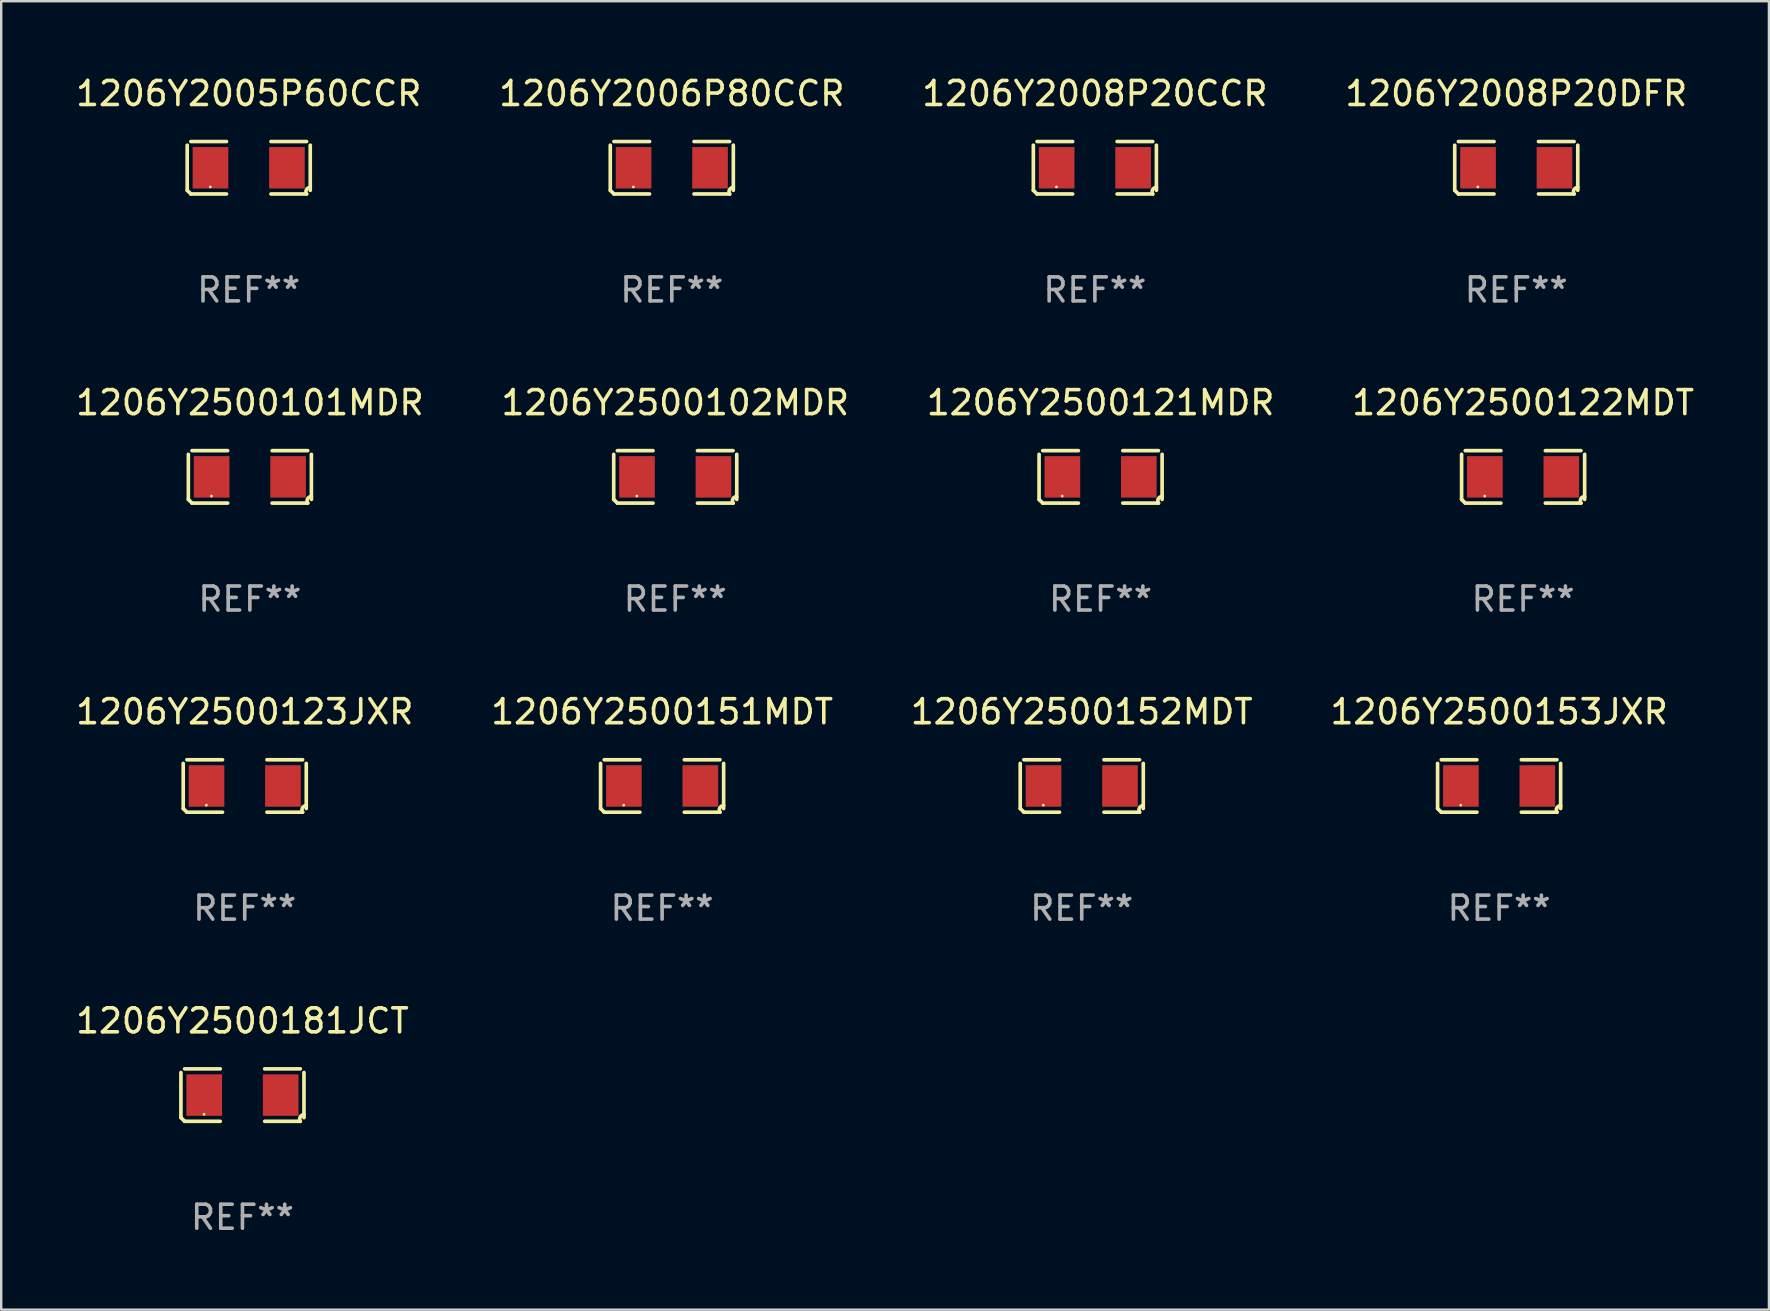
<source format=kicad_pcb>
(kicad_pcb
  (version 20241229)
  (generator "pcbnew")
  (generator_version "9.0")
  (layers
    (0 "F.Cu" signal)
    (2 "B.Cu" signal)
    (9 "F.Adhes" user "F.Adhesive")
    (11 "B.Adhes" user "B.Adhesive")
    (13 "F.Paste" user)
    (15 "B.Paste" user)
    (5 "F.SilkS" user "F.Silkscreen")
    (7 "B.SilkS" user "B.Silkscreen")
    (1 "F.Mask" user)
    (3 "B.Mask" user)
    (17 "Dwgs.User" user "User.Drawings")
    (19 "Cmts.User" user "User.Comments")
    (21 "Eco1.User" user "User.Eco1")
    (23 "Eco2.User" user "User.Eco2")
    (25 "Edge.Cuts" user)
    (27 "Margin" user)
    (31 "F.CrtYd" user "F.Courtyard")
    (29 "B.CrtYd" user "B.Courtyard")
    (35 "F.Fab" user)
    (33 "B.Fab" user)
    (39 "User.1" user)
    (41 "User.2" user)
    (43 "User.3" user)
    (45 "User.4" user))
  (footprint "1206Y2500151MDT"
    (layer "F.Cu")
    (at 24.542 29.704)
    (property "Reference" "1206Y2500151MDT" (at 0 -3.093 0) (layer "F.SilkS") (effects (font (size 1 1) (thickness 0.15))))
    (attr through_hole)
    (fp_line (start -2.564 0.94) (end -2.564 -0.94) (stroke (width 0.152) (type solid)) (layer "F.SilkS"))
    (fp_line (start -2.411 -1.093) (end -0.926 -1.093) (stroke (width 0.152) (type solid)) (layer "F.SilkS"))
    (fp_line (start -0.926 1.093) (end -2.411 1.093) (stroke (width 0.152) (type solid)) (layer "F.SilkS"))
    (fp_line (start 0.926 1.093) (end 2.411 1.093) (stroke (width 0.152) (type solid)) (layer "F.SilkS"))
    (fp_line (start 2.411 -1.093) (end 0.926 -1.093) (stroke (width 0.152) (type solid)) (layer "F.SilkS"))
    (fp_line (start 2.564 0.94) (end 2.564 -0.94) (stroke (width 0.152) (type solid)) (layer "F.SilkS"))
    (fp_arc (start -2.411201 1.092609) (mid -2.487413 1.01642) (end -2.563602 0.940208) (stroke (width 0.1524) (type solid)) (layer "F.SilkS"))
    (fp_arc (start 2.411201 1.092609) (mid 2.407159 0.911226) (end 2.563602 0.819347) (stroke (width 0.1524) (type solid)) (layer "F.SilkS"))
    (fp_circle (center -1.6 0.8) (end -1.57 0.8) (stroke (width 0.06) (type solid)) (fill no) (layer "F.SilkS"))
    (fp_text user "REF**" (at 0 5.093 0) (layer "F.Fab") (effects (font (size 1 1) (thickness 0.15))))
    (pad "1" smd rect (at -1.593 0) (size 1.485 1.728) (layers "F.Cu" "F.Mask" "F.Paste"))
    (pad "2" smd rect (at 1.593 0) (size 1.485 1.728) (layers "F.Cu" "F.Mask" "F.Paste")))
  (footprint "1206Y2500123JXR"
    (layer "F.Cu")
    (at 7.149 29.704)
    (property "Reference" "1206Y2500123JXR" (at 0 -3.093 0) (layer "F.SilkS") (effects (font (size 1 1) (thickness 0.15))))
    (attr through_hole)
    (fp_line (start -2.564 0.94) (end -2.564 -0.94) (stroke (width 0.152) (type solid)) (layer "F.SilkS"))
    (fp_line (start -2.411 -1.093) (end -0.926 -1.093) (stroke (width 0.152) (type solid)) (layer "F.SilkS"))
    (fp_line (start -0.926 1.093) (end -2.411 1.093) (stroke (width 0.152) (type solid)) (layer "F.SilkS"))
    (fp_line (start 0.926 1.093) (end 2.411 1.093) (stroke (width 0.152) (type solid)) (layer "F.SilkS"))
    (fp_line (start 2.411 -1.093) (end 0.926 -1.093) (stroke (width 0.152) (type solid)) (layer "F.SilkS"))
    (fp_line (start 2.564 0.94) (end 2.564 -0.94) (stroke (width 0.152) (type solid)) (layer "F.SilkS"))
    (fp_arc (start -2.411201 1.092609) (mid -2.487413 1.01642) (end -2.563602 0.940208) (stroke (width 0.1524) (type solid)) (layer "F.SilkS"))
    (fp_arc (start 2.411201 1.092609) (mid 2.407159 0.911226) (end 2.563602 0.819347) (stroke (width 0.1524) (type solid)) (layer "F.SilkS"))
    (fp_circle (center -1.6 0.8) (end -1.57 0.8) (stroke (width 0.06) (type solid)) (fill no) (layer "F.SilkS"))
    (fp_text user "REF**" (at 0 5.093 0) (layer "F.Fab") (effects (font (size 1 1) (thickness 0.15))))
    (pad "1" smd rect (at -1.593 0) (size 1.485 1.728) (layers "F.Cu" "F.Mask" "F.Paste"))
    (pad "2" smd rect (at 1.593 0) (size 1.485 1.728) (layers "F.Cu" "F.Mask" "F.Paste")))
  (footprint "1206Y2500101MDR"
    (layer "F.Cu")
    (at 7.363 16.823)
    (property "Reference" "1206Y2500101MDR" (at 0 -3.093 0) (layer "F.SilkS") (effects (font (size 1 1) (thickness 0.15))))
    (attr through_hole)
    (fp_line (start -2.564 0.94) (end -2.564 -0.94) (stroke (width 0.152) (type solid)) (layer "F.SilkS"))
    (fp_line (start -2.411 -1.093) (end -0.926 -1.093) (stroke (width 0.152) (type solid)) (layer "F.SilkS"))
    (fp_line (start -0.926 1.093) (end -2.411 1.093) (stroke (width 0.152) (type solid)) (layer "F.SilkS"))
    (fp_line (start 0.926 1.093) (end 2.411 1.093) (stroke (width 0.152) (type solid)) (layer "F.SilkS"))
    (fp_line (start 2.411 -1.093) (end 0.926 -1.093) (stroke (width 0.152) (type solid)) (layer "F.SilkS"))
    (fp_line (start 2.564 0.94) (end 2.564 -0.94) (stroke (width 0.152) (type solid)) (layer "F.SilkS"))
    (fp_arc (start -2.411201 1.092609) (mid -2.487413 1.01642) (end -2.563602 0.940208) (stroke (width 0.1524) (type solid)) (layer "F.SilkS"))
    (fp_arc (start 2.411201 1.092609) (mid 2.407159 0.911226) (end 2.563602 0.819347) (stroke (width 0.1524) (type solid)) (layer "F.SilkS"))
    (fp_circle (center -1.6 0.8) (end -1.57 0.8) (stroke (width 0.06) (type solid)) (fill no) (layer "F.SilkS"))
    (fp_text user "REF**" (at 0 5.093 0) (layer "F.Fab") (effects (font (size 1 1) (thickness 0.15))))
    (pad "1" smd rect (at -1.593 0) (size 1.485 1.728) (layers "F.Cu" "F.Mask" "F.Paste"))
    (pad "2" smd rect (at 1.593 0) (size 1.485 1.728) (layers "F.Cu" "F.Mask" "F.Paste")))
  (footprint "1206Y2006P80CCR"
    (layer "F.Cu")
    (at 24.946 3.941)
    (property "Reference" "1206Y2006P80CCR" (at 0 -3.093 0) (layer "F.SilkS") (effects (font (size 1 1) (thickness 0.15))))
    (attr through_hole)
    (fp_line (start -2.564 0.94) (end -2.564 -0.94) (stroke (width 0.152) (type solid)) (layer "F.SilkS"))
    (fp_line (start -2.411 -1.093) (end -0.926 -1.093) (stroke (width 0.152) (type solid)) (layer "F.SilkS"))
    (fp_line (start -0.926 1.093) (end -2.411 1.093) (stroke (width 0.152) (type solid)) (layer "F.SilkS"))
    (fp_line (start 0.926 1.093) (end 2.411 1.093) (stroke (width 0.152) (type solid)) (layer "F.SilkS"))
    (fp_line (start 2.411 -1.093) (end 0.926 -1.093) (stroke (width 0.152) (type solid)) (layer "F.SilkS"))
    (fp_line (start 2.564 0.94) (end 2.564 -0.94) (stroke (width 0.152) (type solid)) (layer "F.SilkS"))
    (fp_arc (start -2.411201 1.092609) (mid -2.487413 1.01642) (end -2.563602 0.940208) (stroke (width 0.1524) (type solid)) (layer "F.SilkS"))
    (fp_arc (start 2.411201 1.092609) (mid 2.407159 0.911226) (end 2.563602 0.819347) (stroke (width 0.1524) (type solid)) (layer "F.SilkS"))
    (fp_circle (center -1.6 0.8) (end -1.57 0.8) (stroke (width 0.06) (type solid)) (fill no) (layer "F.SilkS"))
    (fp_text user "REF**" (at 0 5.093 0) (layer "F.Fab") (effects (font (size 1 1) (thickness 0.15))))
    (pad "1" smd rect (at -1.593 0) (size 1.485 1.728) (layers "F.Cu" "F.Mask" "F.Paste"))
    (pad "2" smd rect (at 1.593 0) (size 1.485 1.728) (layers "F.Cu" "F.Mask" "F.Paste")))
  (footprint "1206Y2005P60CCR"
    (layer "F.Cu")
    (at 7.315 3.941)
    (property "Reference" "1206Y2005P60CCR" (at 0 -3.093 0) (layer "F.SilkS") (effects (font (size 1 1) (thickness 0.15))))
    (attr through_hole)
    (fp_line (start -2.564 0.94) (end -2.564 -0.94) (stroke (width 0.152) (type solid)) (layer "F.SilkS"))
    (fp_line (start -2.411 -1.093) (end -0.926 -1.093) (stroke (width 0.152) (type solid)) (layer "F.SilkS"))
    (fp_line (start -0.926 1.093) (end -2.411 1.093) (stroke (width 0.152) (type solid)) (layer "F.SilkS"))
    (fp_line (start 0.926 1.093) (end 2.411 1.093) (stroke (width 0.152) (type solid)) (layer "F.SilkS"))
    (fp_line (start 2.411 -1.093) (end 0.926 -1.093) (stroke (width 0.152) (type solid)) (layer "F.SilkS"))
    (fp_line (start 2.564 0.94) (end 2.564 -0.94) (stroke (width 0.152) (type solid)) (layer "F.SilkS"))
    (fp_arc (start -2.411201 1.092609) (mid -2.487413 1.01642) (end -2.563602 0.940208) (stroke (width 0.1524) (type solid)) (layer "F.SilkS"))
    (fp_arc (start 2.411201 1.092609) (mid 2.407159 0.911226) (end 2.563602 0.819347) (stroke (width 0.1524) (type solid)) (layer "F.SilkS"))
    (fp_circle (center -1.6 0.8) (end -1.57 0.8) (stroke (width 0.06) (type solid)) (fill no) (layer "F.SilkS"))
    (fp_text user "REF**" (at 0 5.093 0) (layer "F.Fab") (effects (font (size 1 1) (thickness 0.15))))
    (pad "1" smd rect (at -1.593 0) (size 1.485 1.728) (layers "F.Cu" "F.Mask" "F.Paste"))
    (pad "2" smd rect (at 1.593 0) (size 1.485 1.728) (layers "F.Cu" "F.Mask" "F.Paste")))
  (footprint "1206Y2008P20DFR"
    (layer "F.Cu")
    (at 60.137 3.941)
    (property "Reference" "1206Y2008P20DFR" (at 0 -3.093 0) (layer "F.SilkS") (effects (font (size 1 1) (thickness 0.15))))
    (attr through_hole)
    (fp_line (start -2.564 0.94) (end -2.564 -0.94) (stroke (width 0.152) (type solid)) (layer "F.SilkS"))
    (fp_line (start -2.411 -1.093) (end -0.926 -1.093) (stroke (width 0.152) (type solid)) (layer "F.SilkS"))
    (fp_line (start -0.926 1.093) (end -2.411 1.093) (stroke (width 0.152) (type solid)) (layer "F.SilkS"))
    (fp_line (start 0.926 1.093) (end 2.411 1.093) (stroke (width 0.152) (type solid)) (layer "F.SilkS"))
    (fp_line (start 2.411 -1.093) (end 0.926 -1.093) (stroke (width 0.152) (type solid)) (layer "F.SilkS"))
    (fp_line (start 2.564 0.94) (end 2.564 -0.94) (stroke (width 0.152) (type solid)) (layer "F.SilkS"))
    (fp_arc (start -2.411201 1.092609) (mid -2.487413 1.01642) (end -2.563602 0.940208) (stroke (width 0.1524) (type solid)) (layer "F.SilkS"))
    (fp_arc (start 2.411201 1.092609) (mid 2.407159 0.911226) (end 2.563602 0.819347) (stroke (width 0.1524) (type solid)) (layer "F.SilkS"))
    (fp_circle (center -1.6 0.8) (end -1.57 0.8) (stroke (width 0.06) (type solid)) (fill no) (layer "F.SilkS"))
    (fp_text user "REF**" (at 0 5.093 0) (layer "F.Fab") (effects (font (size 1 1) (thickness 0.15))))
    (pad "1" smd rect (at -1.593 0) (size 1.485 1.728) (layers "F.Cu" "F.Mask" "F.Paste"))
    (pad "2" smd rect (at 1.593 0) (size 1.485 1.728) (layers "F.Cu" "F.Mask" "F.Paste")))
  (footprint "1206Y2500122MDT"
    (layer "F.Cu")
    (at 60.423 16.823)
    (property "Reference" "1206Y2500122MDT" (at 0 -3.093 0) (layer "F.SilkS") (effects (font (size 1 1) (thickness 0.15))))
    (attr through_hole)
    (fp_line (start -2.564 0.94) (end -2.564 -0.94) (stroke (width 0.152) (type solid)) (layer "F.SilkS"))
    (fp_line (start -2.411 -1.093) (end -0.926 -1.093) (stroke (width 0.152) (type solid)) (layer "F.SilkS"))
    (fp_line (start -0.926 1.093) (end -2.411 1.093) (stroke (width 0.152) (type solid)) (layer "F.SilkS"))
    (fp_line (start 0.926 1.093) (end 2.411 1.093) (stroke (width 0.152) (type solid)) (layer "F.SilkS"))
    (fp_line (start 2.411 -1.093) (end 0.926 -1.093) (stroke (width 0.152) (type solid)) (layer "F.SilkS"))
    (fp_line (start 2.564 0.94) (end 2.564 -0.94) (stroke (width 0.152) (type solid)) (layer "F.SilkS"))
    (fp_arc (start -2.411201 1.092609) (mid -2.487413 1.01642) (end -2.563602 0.940208) (stroke (width 0.1524) (type solid)) (layer "F.SilkS"))
    (fp_arc (start 2.411201 1.092609) (mid 2.407159 0.911226) (end 2.563602 0.819347) (stroke (width 0.1524) (type solid)) (layer "F.SilkS"))
    (fp_circle (center -1.6 0.8) (end -1.57 0.8) (stroke (width 0.06) (type solid)) (fill no) (layer "F.SilkS"))
    (fp_text user "REF**" (at 0 5.093 0) (layer "F.Fab") (effects (font (size 1 1) (thickness 0.15))))
    (pad "1" smd rect (at -1.593 0) (size 1.485 1.728) (layers "F.Cu" "F.Mask" "F.Paste"))
    (pad "2" smd rect (at 1.593 0) (size 1.485 1.728) (layers "F.Cu" "F.Mask" "F.Paste")))
  (footprint "1206Y2500102MDR"
    (layer "F.Cu")
    (at 25.089 16.823)
    (property "Reference" "1206Y2500102MDR" (at 0 -3.093 0) (layer "F.SilkS") (effects (font (size 1 1) (thickness 0.15))))
    (attr through_hole)
    (fp_line (start -2.564 0.94) (end -2.564 -0.94) (stroke (width 0.152) (type solid)) (layer "F.SilkS"))
    (fp_line (start -2.411 -1.093) (end -0.926 -1.093) (stroke (width 0.152) (type solid)) (layer "F.SilkS"))
    (fp_line (start -0.926 1.093) (end -2.411 1.093) (stroke (width 0.152) (type solid)) (layer "F.SilkS"))
    (fp_line (start 0.926 1.093) (end 2.411 1.093) (stroke (width 0.152) (type solid)) (layer "F.SilkS"))
    (fp_line (start 2.411 -1.093) (end 0.926 -1.093) (stroke (width 0.152) (type solid)) (layer "F.SilkS"))
    (fp_line (start 2.564 0.94) (end 2.564 -0.94) (stroke (width 0.152) (type solid)) (layer "F.SilkS"))
    (fp_arc (start -2.411201 1.092609) (mid -2.487413 1.01642) (end -2.563602 0.940208) (stroke (width 0.1524) (type solid)) (layer "F.SilkS"))
    (fp_arc (start 2.411201 1.092609) (mid 2.407159 0.911226) (end 2.563602 0.819347) (stroke (width 0.1524) (type solid)) (layer "F.SilkS"))
    (fp_circle (center -1.6 0.8) (end -1.57 0.8) (stroke (width 0.06) (type solid)) (fill no) (layer "F.SilkS"))
    (fp_text user "REF**" (at 0 5.093 0) (layer "F.Fab") (effects (font (size 1 1) (thickness 0.15))))
    (pad "1" smd rect (at -1.593 0) (size 1.485 1.728) (layers "F.Cu" "F.Mask" "F.Paste"))
    (pad "2" smd rect (at 1.593 0) (size 1.485 1.728) (layers "F.Cu" "F.Mask" "F.Paste")))
  (footprint "1206Y2500153JXR"
    (layer "F.Cu")
    (at 59.423 29.704)
    (property "Reference" "1206Y2500153JXR" (at 0 -3.093 0) (layer "F.SilkS") (effects (font (size 1 1) (thickness 0.15))))
    (attr through_hole)
    (fp_line (start -2.564 0.94) (end -2.564 -0.94) (stroke (width 0.152) (type solid)) (layer "F.SilkS"))
    (fp_line (start -2.411 -1.093) (end -0.926 -1.093) (stroke (width 0.152) (type solid)) (layer "F.SilkS"))
    (fp_line (start -0.926 1.093) (end -2.411 1.093) (stroke (width 0.152) (type solid)) (layer "F.SilkS"))
    (fp_line (start 0.926 1.093) (end 2.411 1.093) (stroke (width 0.152) (type solid)) (layer "F.SilkS"))
    (fp_line (start 2.411 -1.093) (end 0.926 -1.093) (stroke (width 0.152) (type solid)) (layer "F.SilkS"))
    (fp_line (start 2.564 0.94) (end 2.564 -0.94) (stroke (width 0.152) (type solid)) (layer "F.SilkS"))
    (fp_arc (start -2.411201 1.092609) (mid -2.487413 1.01642) (end -2.563602 0.940208) (stroke (width 0.1524) (type solid)) (layer "F.SilkS"))
    (fp_arc (start 2.411201 1.092609) (mid 2.407159 0.911226) (end 2.563602 0.819347) (stroke (width 0.1524) (type solid)) (layer "F.SilkS"))
    (fp_circle (center -1.6 0.8) (end -1.57 0.8) (stroke (width 0.06) (type solid)) (fill no) (layer "F.SilkS"))
    (fp_text user "REF**" (at 0 5.093 0) (layer "F.Fab") (effects (font (size 1 1) (thickness 0.15))))
    (pad "1" smd rect (at -1.593 0) (size 1.485 1.728) (layers "F.Cu" "F.Mask" "F.Paste"))
    (pad "2" smd rect (at 1.593 0) (size 1.485 1.728) (layers "F.Cu" "F.Mask" "F.Paste")))
  (footprint "1206Y2500181JCT"
    (layer "F.Cu")
    (at 7.054 42.586)
    (property "Reference" "1206Y2500181JCT" (at 0 -3.093 0) (layer "F.SilkS") (effects (font (size 1 1) (thickness 0.15))))
    (attr through_hole)
    (fp_line (start -2.564 0.94) (end -2.564 -0.94) (stroke (width 0.152) (type solid)) (layer "F.SilkS"))
    (fp_line (start -2.411 -1.093) (end -0.926 -1.093) (stroke (width 0.152) (type solid)) (layer "F.SilkS"))
    (fp_line (start -0.926 1.093) (end -2.411 1.093) (stroke (width 0.152) (type solid)) (layer "F.SilkS"))
    (fp_line (start 0.926 1.093) (end 2.411 1.093) (stroke (width 0.152) (type solid)) (layer "F.SilkS"))
    (fp_line (start 2.411 -1.093) (end 0.926 -1.093) (stroke (width 0.152) (type solid)) (layer "F.SilkS"))
    (fp_line (start 2.564 0.94) (end 2.564 -0.94) (stroke (width 0.152) (type solid)) (layer "F.SilkS"))
    (fp_arc (start -2.411201 1.092609) (mid -2.487413 1.01642) (end -2.563602 0.940208) (stroke (width 0.1524) (type solid)) (layer "F.SilkS"))
    (fp_arc (start 2.411201 1.092609) (mid 2.407159 0.911226) (end 2.563602 0.819347) (stroke (width 0.1524) (type solid)) (layer "F.SilkS"))
    (fp_circle (center -1.6 0.8) (end -1.57 0.8) (stroke (width 0.06) (type solid)) (fill no) (layer "F.SilkS"))
    (fp_text user "REF**" (at 0 5.093 0) (layer "F.Fab") (effects (font (size 1 1) (thickness 0.15))))
    (pad "1" smd rect (at -1.593 0) (size 1.485 1.728) (layers "F.Cu" "F.Mask" "F.Paste"))
    (pad "2" smd rect (at 1.593 0) (size 1.485 1.728) (layers "F.Cu" "F.Mask" "F.Paste")))
  (footprint "1206Y2500121MDR"
    (layer "F.Cu")
    (at 42.815 16.823)
    (property "Reference" "1206Y2500121MDR" (at 0 -3.093 0) (layer "F.SilkS") (effects (font (size 1 1) (thickness 0.15))))
    (attr through_hole)
    (fp_line (start -2.564 0.94) (end -2.564 -0.94) (stroke (width 0.152) (type solid)) (layer "F.SilkS"))
    (fp_line (start -2.411 -1.093) (end -0.926 -1.093) (stroke (width 0.152) (type solid)) (layer "F.SilkS"))
    (fp_line (start -0.926 1.093) (end -2.411 1.093) (stroke (width 0.152) (type solid)) (layer "F.SilkS"))
    (fp_line (start 0.926 1.093) (end 2.411 1.093) (stroke (width 0.152) (type solid)) (layer "F.SilkS"))
    (fp_line (start 2.411 -1.093) (end 0.926 -1.093) (stroke (width 0.152) (type solid)) (layer "F.SilkS"))
    (fp_line (start 2.564 0.94) (end 2.564 -0.94) (stroke (width 0.152) (type solid)) (layer "F.SilkS"))
    (fp_arc (start -2.411201 1.092609) (mid -2.487413 1.01642) (end -2.563602 0.940208) (stroke (width 0.1524) (type solid)) (layer "F.SilkS"))
    (fp_arc (start 2.411201 1.092609) (mid 2.407159 0.911226) (end 2.563602 0.819347) (stroke (width 0.1524) (type solid)) (layer "F.SilkS"))
    (fp_circle (center -1.6 0.8) (end -1.57 0.8) (stroke (width 0.06) (type solid)) (fill no) (layer "F.SilkS"))
    (fp_text user "REF**" (at 0 5.093 0) (layer "F.Fab") (effects (font (size 1 1) (thickness 0.15))))
    (pad "1" smd rect (at -1.593 0) (size 1.485 1.728) (layers "F.Cu" "F.Mask" "F.Paste"))
    (pad "2" smd rect (at 1.593 0) (size 1.485 1.728) (layers "F.Cu" "F.Mask" "F.Paste")))
  (footprint "1206Y2500152MDT"
    (layer "F.Cu")
    (at 42.03 29.704)
    (property "Reference" "1206Y2500152MDT" (at 0 -3.093 0) (layer "F.SilkS") (effects (font (size 1 1) (thickness 0.15))))
    (attr through_hole)
    (fp_line (start -2.564 0.94) (end -2.564 -0.94) (stroke (width 0.152) (type solid)) (layer "F.SilkS"))
    (fp_line (start -2.411 -1.093) (end -0.926 -1.093) (stroke (width 0.152) (type solid)) (layer "F.SilkS"))
    (fp_line (start -0.926 1.093) (end -2.411 1.093) (stroke (width 0.152) (type solid)) (layer "F.SilkS"))
    (fp_line (start 0.926 1.093) (end 2.411 1.093) (stroke (width 0.152) (type solid)) (layer "F.SilkS"))
    (fp_line (start 2.411 -1.093) (end 0.926 -1.093) (stroke (width 0.152) (type solid)) (layer "F.SilkS"))
    (fp_line (start 2.564 0.94) (end 2.564 -0.94) (stroke (width 0.152) (type solid)) (layer "F.SilkS"))
    (fp_arc (start -2.411201 1.092609) (mid -2.487413 1.01642) (end -2.563602 0.940208) (stroke (width 0.1524) (type solid)) (layer "F.SilkS"))
    (fp_arc (start 2.411201 1.092609) (mid 2.407159 0.911226) (end 2.563602 0.819347) (stroke (width 0.1524) (type solid)) (layer "F.SilkS"))
    (fp_circle (center -1.6 0.8) (end -1.57 0.8) (stroke (width 0.06) (type solid)) (fill no) (layer "F.SilkS"))
    (fp_text user "REF**" (at 0 5.093 0) (layer "F.Fab") (effects (font (size 1 1) (thickness 0.15))))
    (pad "1" smd rect (at -1.593 0) (size 1.485 1.728) (layers "F.Cu" "F.Mask" "F.Paste"))
    (pad "2" smd rect (at 1.593 0) (size 1.485 1.728) (layers "F.Cu" "F.Mask" "F.Paste")))
  (footprint "1206Y2008P20CCR"
    (layer "F.Cu")
    (at 42.577 3.941)
    (property "Reference" "1206Y2008P20CCR" (at 0 -3.093 0) (layer "F.SilkS") (effects (font (size 1 1) (thickness 0.15))))
    (attr through_hole)
    (fp_line (start -2.564 0.94) (end -2.564 -0.94) (stroke (width 0.152) (type solid)) (layer "F.SilkS"))
    (fp_line (start -2.411 -1.093) (end -0.926 -1.093) (stroke (width 0.152) (type solid)) (layer "F.SilkS"))
    (fp_line (start -0.926 1.093) (end -2.411 1.093) (stroke (width 0.152) (type solid)) (layer "F.SilkS"))
    (fp_line (start 0.926 1.093) (end 2.411 1.093) (stroke (width 0.152) (type solid)) (layer "F.SilkS"))
    (fp_line (start 2.411 -1.093) (end 0.926 -1.093) (stroke (width 0.152) (type solid)) (layer "F.SilkS"))
    (fp_line (start 2.564 0.94) (end 2.564 -0.94) (stroke (width 0.152) (type solid)) (layer "F.SilkS"))
    (fp_arc (start -2.411201 1.092609) (mid -2.487413 1.01642) (end -2.563602 0.940208) (stroke (width 0.1524) (type solid)) (layer "F.SilkS"))
    (fp_arc (start 2.411201 1.092609) (mid 2.407159 0.911226) (end 2.563602 0.819347) (stroke (width 0.1524) (type solid)) (layer "F.SilkS"))
    (fp_circle (center -1.6 0.8) (end -1.57 0.8) (stroke (width 0.06) (type solid)) (fill no) (layer "F.SilkS"))
    (fp_text user "REF**" (at 0 5.093 0) (layer "F.Fab") (effects (font (size 1 1) (thickness 0.15))))
    (pad "1" smd rect (at -1.593 0) (size 1.485 1.728) (layers "F.Cu" "F.Mask" "F.Paste"))
    (pad "2" smd rect (at 1.593 0) (size 1.485 1.728) (layers "F.Cu" "F.Mask" "F.Paste")))
  (gr_rect
    (start -3 -3)
    (end 70.667 51.527)
    (stroke (width 0.1) (type default))
    (fill no)
    (layer "Edge.Cuts")))
</source>
